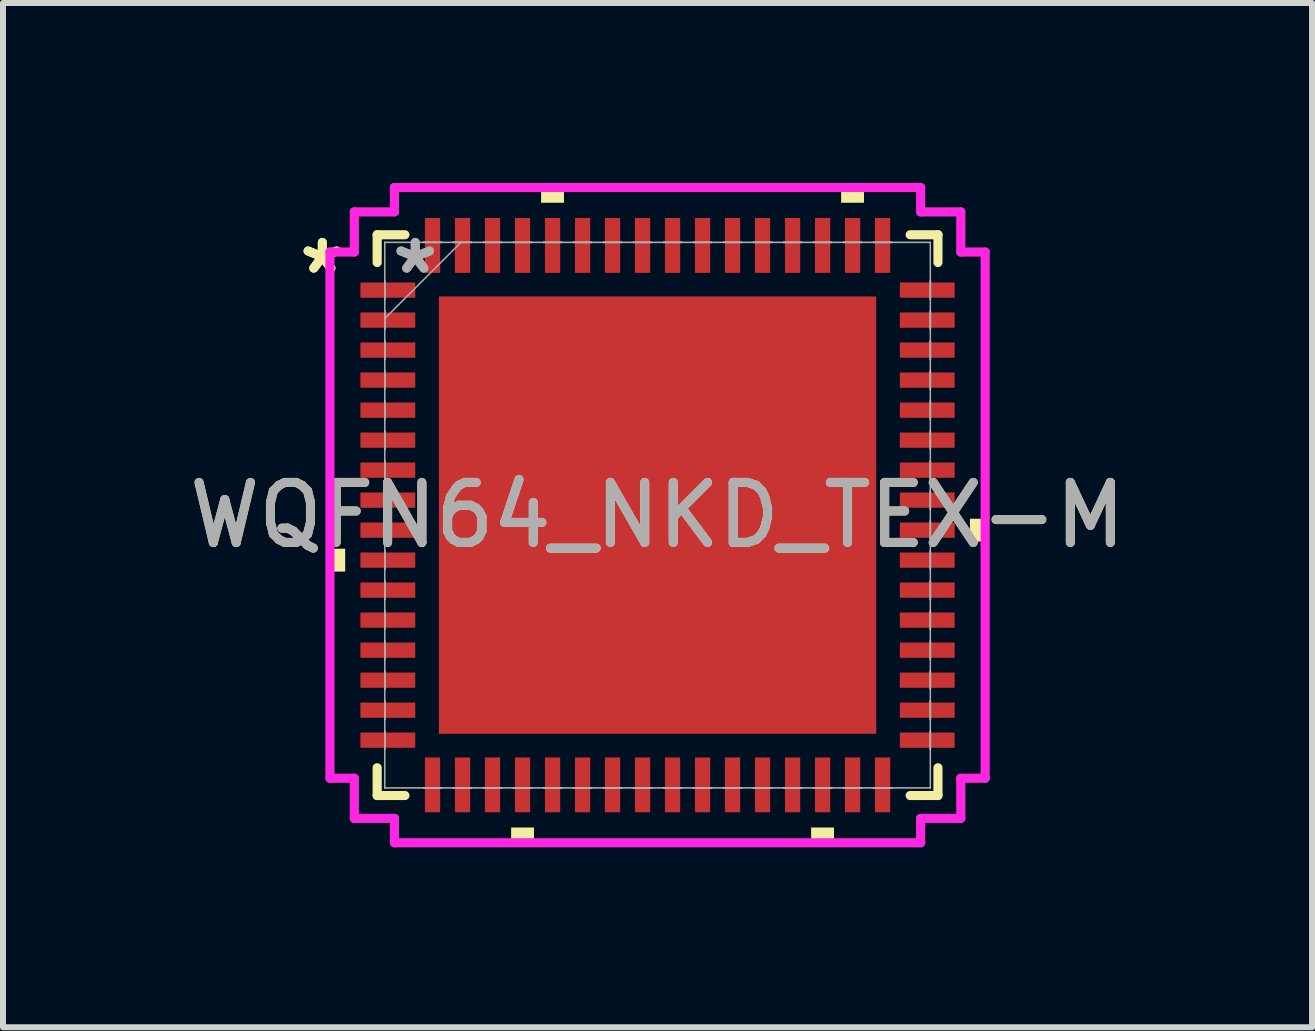
<source format=kicad_pcb>
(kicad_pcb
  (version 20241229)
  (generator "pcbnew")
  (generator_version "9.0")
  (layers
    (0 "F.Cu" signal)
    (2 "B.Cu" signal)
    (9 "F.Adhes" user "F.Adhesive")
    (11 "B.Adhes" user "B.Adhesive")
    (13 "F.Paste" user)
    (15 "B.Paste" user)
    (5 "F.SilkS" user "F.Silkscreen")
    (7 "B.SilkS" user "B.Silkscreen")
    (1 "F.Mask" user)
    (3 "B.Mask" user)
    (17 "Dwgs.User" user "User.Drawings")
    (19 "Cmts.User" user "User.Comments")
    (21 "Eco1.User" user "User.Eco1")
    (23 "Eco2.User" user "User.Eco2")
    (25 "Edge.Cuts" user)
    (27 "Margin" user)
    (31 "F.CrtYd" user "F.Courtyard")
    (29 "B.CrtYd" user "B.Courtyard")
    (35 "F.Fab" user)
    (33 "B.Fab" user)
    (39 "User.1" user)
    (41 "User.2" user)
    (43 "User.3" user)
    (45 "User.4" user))
  (footprint "WQFN64_NKD_TEX-M"
    (layer "F.Cu")
    (at 7.911 5.537)
    (property "Reference" "WQFN64_NKD_TEX-M" (at 0 0 0) (unlocked yes) (layer "F.SilkS") (effects (font (size 1 1) (thickness 0.15))))
    (attr smd)
    (fp_line (start -4.674 -4.674) (end -4.674 -4.211) (stroke (width 0.152) (type solid)) (layer "F.SilkS"))
    (fp_line (start -4.674 4.211) (end -4.674 4.674) (stroke (width 0.152) (type solid)) (layer "F.SilkS"))
    (fp_line (start -4.674 4.674) (end -4.211 4.674) (stroke (width 0.152) (type solid)) (layer "F.SilkS"))
    (fp_line (start -4.211 -4.674) (end -4.674 -4.674) (stroke (width 0.152) (type solid)) (layer "F.SilkS"))
    (fp_line (start 4.211 4.674) (end 4.674 4.674) (stroke (width 0.152) (type solid)) (layer "F.SilkS"))
    (fp_line (start 4.674 -4.674) (end 4.211 -4.674) (stroke (width 0.152) (type solid)) (layer "F.SilkS"))
    (fp_line (start 4.674 -4.211) (end 4.674 -4.674) (stroke (width 0.152) (type solid)) (layer "F.SilkS"))
    (fp_line (start 4.674 4.674) (end 4.674 4.211) (stroke (width 0.152) (type solid)) (layer "F.SilkS"))
    (fp_poly (pts (xy -5.461 0.56) (xy -5.461 0.941) (xy -5.207 0.941) (xy -5.207 0.56)) (stroke (width 0) (type solid)) (fill yes) (layer "F.SilkS"))
    (fp_poly (pts (xy -2.441 5.207) (xy -2.441 5.461) (xy -2.06 5.461) (xy -2.06 5.207)) (stroke (width 0) (type solid)) (fill yes) (layer "F.SilkS"))
    (fp_poly (pts (xy -1.941 -5.207) (xy -1.941 -5.461) (xy -1.56 -5.461) (xy -1.56 -5.207)) (stroke (width 0) (type solid)) (fill yes) (layer "F.SilkS"))
    (fp_poly (pts (xy 2.56 5.207) (xy 2.56 5.461) (xy 2.941 5.461) (xy 2.941 5.207)) (stroke (width 0) (type solid)) (fill yes) (layer "F.SilkS"))
    (fp_poly (pts (xy 3.06 -5.207) (xy 3.06 -5.461) (xy 3.441 -5.461) (xy 3.441 -5.207)) (stroke (width 0) (type solid)) (fill yes) (layer "F.SilkS"))
    (fp_poly (pts (xy 5.461 0.06) (xy 5.461 0.441) (xy 5.207 0.441) (xy 5.207 0.06)) (stroke (width 0) (type solid)) (fill yes) (layer "F.SilkS"))
    (fp_poly (pts (xy -3.545 -3.545) (xy -3.545 -2.287) (xy -2.287 -2.287) (xy -2.287 -3.545)) (stroke (width 0) (type solid)) (fill yes) (layer "F.Paste"))
    (fp_poly (pts (xy -3.545 -2.087) (xy -3.545 -0.829) (xy -2.287 -0.829) (xy -2.287 -2.087)) (stroke (width 0) (type solid)) (fill yes) (layer "F.Paste"))
    (fp_poly (pts (xy -3.545 -0.629) (xy -3.545 0.629) (xy -2.287 0.629) (xy -2.287 -0.629)) (stroke (width 0) (type solid)) (fill yes) (layer "F.Paste"))
    (fp_poly (pts (xy -3.545 0.829) (xy -3.545 2.087) (xy -2.287 2.087) (xy -2.287 0.829)) (stroke (width 0) (type solid)) (fill yes) (layer "F.Paste"))
    (fp_poly (pts (xy -3.545 2.287) (xy -3.545 3.545) (xy -2.287 3.545) (xy -2.287 2.287)) (stroke (width 0) (type solid)) (fill yes) (layer "F.Paste"))
    (fp_poly (pts (xy -2.087 -3.545) (xy -2.087 -2.287) (xy -0.829 -2.287) (xy -0.829 -3.545)) (stroke (width 0) (type solid)) (fill yes) (layer "F.Paste"))
    (fp_poly (pts (xy -2.087 -2.087) (xy -2.087 -0.829) (xy -0.829 -0.829) (xy -0.829 -2.087)) (stroke (width 0) (type solid)) (fill yes) (layer "F.Paste"))
    (fp_poly (pts (xy -2.087 -0.629) (xy -2.087 0.629) (xy -0.829 0.629) (xy -0.829 -0.629)) (stroke (width 0) (type solid)) (fill yes) (layer "F.Paste"))
    (fp_poly (pts (xy -2.087 0.829) (xy -2.087 2.087) (xy -0.829 2.087) (xy -0.829 0.829)) (stroke (width 0) (type solid)) (fill yes) (layer "F.Paste"))
    (fp_poly (pts (xy -2.087 2.287) (xy -2.087 3.545) (xy -0.829 3.545) (xy -0.829 2.287)) (stroke (width 0) (type solid)) (fill yes) (layer "F.Paste"))
    (fp_poly (pts (xy -0.629 -3.545) (xy -0.629 -2.287) (xy 0.629 -2.287) (xy 0.629 -3.545)) (stroke (width 0) (type solid)) (fill yes) (layer "F.Paste"))
    (fp_poly (pts (xy -0.629 -2.087) (xy -0.629 -0.829) (xy 0.629 -0.829) (xy 0.629 -2.087)) (stroke (width 0) (type solid)) (fill yes) (layer "F.Paste"))
    (fp_poly (pts (xy -0.629 -0.629) (xy -0.629 0.629) (xy 0.629 0.629) (xy 0.629 -0.629)) (stroke (width 0) (type solid)) (fill yes) (layer "F.Paste"))
    (fp_poly (pts (xy -0.629 0.829) (xy -0.629 2.087) (xy 0.629 2.087) (xy 0.629 0.829)) (stroke (width 0) (type solid)) (fill yes) (layer "F.Paste"))
    (fp_poly (pts (xy -0.629 2.287) (xy -0.629 3.545) (xy 0.629 3.545) (xy 0.629 2.287)) (stroke (width 0) (type solid)) (fill yes) (layer "F.Paste"))
    (fp_poly (pts (xy 0.829 -3.545) (xy 0.829 -2.287) (xy 2.087 -2.287) (xy 2.087 -3.545)) (stroke (width 0) (type solid)) (fill yes) (layer "F.Paste"))
    (fp_poly (pts (xy 0.829 -2.087) (xy 0.829 -0.829) (xy 2.087 -0.829) (xy 2.087 -2.087)) (stroke (width 0) (type solid)) (fill yes) (layer "F.Paste"))
    (fp_poly (pts (xy 0.829 -0.629) (xy 0.829 0.629) (xy 2.087 0.629) (xy 2.087 -0.629)) (stroke (width 0) (type solid)) (fill yes) (layer "F.Paste"))
    (fp_poly (pts (xy 0.829 0.829) (xy 0.829 2.087) (xy 2.087 2.087) (xy 2.087 0.829)) (stroke (width 0) (type solid)) (fill yes) (layer "F.Paste"))
    (fp_poly (pts (xy 0.829 2.287) (xy 0.829 3.545) (xy 2.087 3.545) (xy 2.087 2.287)) (stroke (width 0) (type solid)) (fill yes) (layer "F.Paste"))
    (fp_poly (pts (xy 2.287 -3.545) (xy 2.287 -2.287) (xy 3.545 -2.287) (xy 3.545 -3.545)) (stroke (width 0) (type solid)) (fill yes) (layer "F.Paste"))
    (fp_poly (pts (xy 2.287 -2.087) (xy 2.287 -0.829) (xy 3.545 -0.829) (xy 3.545 -2.087)) (stroke (width 0) (type solid)) (fill yes) (layer "F.Paste"))
    (fp_poly (pts (xy 2.287 -0.629) (xy 2.287 0.629) (xy 3.545 0.629) (xy 3.545 -0.629)) (stroke (width 0) (type solid)) (fill yes) (layer "F.Paste"))
    (fp_poly (pts (xy 2.287 0.829) (xy 2.287 2.087) (xy 3.545 2.087) (xy 3.545 0.829)) (stroke (width 0) (type solid)) (fill yes) (layer "F.Paste"))
    (fp_poly (pts (xy 2.287 2.287) (xy 2.287 3.545) (xy 3.545 3.545) (xy 3.545 2.287)) (stroke (width 0) (type solid)) (fill yes) (layer "F.Paste"))
    (fp_line (start -5.461 -4.386) (end -5.055 -4.386) (stroke (width 0.152) (type solid)) (layer "F.CrtYd"))
    (fp_line (start -5.461 4.386) (end -5.461 -4.386) (stroke (width 0.152) (type solid)) (layer "F.CrtYd"))
    (fp_line (start -5.055 -5.055) (end -4.386 -5.055) (stroke (width 0.152) (type solid)) (layer "F.CrtYd"))
    (fp_line (start -5.055 -4.386) (end -5.055 -5.055) (stroke (width 0.152) (type solid)) (layer "F.CrtYd"))
    (fp_line (start -5.055 4.386) (end -5.461 4.386) (stroke (width 0.152) (type solid)) (layer "F.CrtYd"))
    (fp_line (start -5.055 5.055) (end -5.055 4.386) (stroke (width 0.152) (type solid)) (layer "F.CrtYd"))
    (fp_line (start -4.386 -5.461) (end 4.386 -5.461) (stroke (width 0.152) (type solid)) (layer "F.CrtYd"))
    (fp_line (start -4.386 -5.055) (end -4.386 -5.461) (stroke (width 0.152) (type solid)) (layer "F.CrtYd"))
    (fp_line (start -4.386 5.055) (end -5.055 5.055) (stroke (width 0.152) (type solid)) (layer "F.CrtYd"))
    (fp_line (start -4.386 5.461) (end -4.386 5.055) (stroke (width 0.152) (type solid)) (layer "F.CrtYd"))
    (fp_line (start 4.386 -5.461) (end 4.386 -5.055) (stroke (width 0.152) (type solid)) (layer "F.CrtYd"))
    (fp_line (start 4.386 -5.055) (end 5.055 -5.055) (stroke (width 0.152) (type solid)) (layer "F.CrtYd"))
    (fp_line (start 4.386 5.055) (end 4.386 5.461) (stroke (width 0.152) (type solid)) (layer "F.CrtYd"))
    (fp_line (start 4.386 5.461) (end -4.386 5.461) (stroke (width 0.152) (type solid)) (layer "F.CrtYd"))
    (fp_line (start 5.055 -5.055) (end 5.055 -4.386) (stroke (width 0.152) (type solid)) (layer "F.CrtYd"))
    (fp_line (start 5.055 -4.386) (end 5.461 -4.386) (stroke (width 0.152) (type solid)) (layer "F.CrtYd"))
    (fp_line (start 5.055 4.386) (end 5.055 5.055) (stroke (width 0.152) (type solid)) (layer "F.CrtYd"))
    (fp_line (start 5.055 5.055) (end 4.386 5.055) (stroke (width 0.152) (type solid)) (layer "F.CrtYd"))
    (fp_line (start 5.461 -4.386) (end 5.461 4.386) (stroke (width 0.152) (type solid)) (layer "F.CrtYd"))
    (fp_line (start 5.461 4.386) (end 5.055 4.386) (stroke (width 0.152) (type solid)) (layer "F.CrtYd"))
    (fp_line (start -4.547 -4.547) (end -4.547 -4.547) (stroke (width 0.025) (type solid)) (layer "F.Fab"))
    (fp_line (start -4.547 -4.547) (end -4.547 4.547) (stroke (width 0.025) (type solid)) (layer "F.Fab"))
    (fp_line (start -4.547 -3.903) (end -4.547 -3.903) (stroke (width 0.025) (type solid)) (layer "F.Fab"))
    (fp_line (start -4.547 -3.903) (end -4.547 -3.599) (stroke (width 0.025) (type solid)) (layer "F.Fab"))
    (fp_line (start -4.547 -3.599) (end -4.547 -3.903) (stroke (width 0.025) (type solid)) (layer "F.Fab"))
    (fp_line (start -4.547 -3.599) (end -4.547 -3.599) (stroke (width 0.025) (type solid)) (layer "F.Fab"))
    (fp_line (start -4.547 -3.403) (end -4.547 -3.403) (stroke (width 0.025) (type solid)) (layer "F.Fab"))
    (fp_line (start -4.547 -3.403) (end -4.547 -3.098) (stroke (width 0.025) (type solid)) (layer "F.Fab"))
    (fp_line (start -4.547 -3.277) (end -3.277 -4.547) (stroke (width 0.025) (type solid)) (layer "F.Fab"))
    (fp_line (start -4.547 -3.098) (end -4.547 -3.403) (stroke (width 0.025) (type solid)) (layer "F.Fab"))
    (fp_line (start -4.547 -3.098) (end -4.547 -3.098) (stroke (width 0.025) (type solid)) (layer "F.Fab"))
    (fp_line (start -4.547 -2.903) (end -4.547 -2.903) (stroke (width 0.025) (type solid)) (layer "F.Fab"))
    (fp_line (start -4.547 -2.903) (end -4.547 -2.598) (stroke (width 0.025) (type solid)) (layer "F.Fab"))
    (fp_line (start -4.547 -2.598) (end -4.547 -2.903) (stroke (width 0.025) (type solid)) (layer "F.Fab"))
    (fp_line (start -4.547 -2.598) (end -4.547 -2.598) (stroke (width 0.025) (type solid)) (layer "F.Fab"))
    (fp_line (start -4.547 -2.403) (end -4.547 -2.403) (stroke (width 0.025) (type solid)) (layer "F.Fab"))
    (fp_line (start -4.547 -2.403) (end -4.547 -2.098) (stroke (width 0.025) (type solid)) (layer "F.Fab"))
    (fp_line (start -4.547 -2.098) (end -4.547 -2.403) (stroke (width 0.025) (type solid)) (layer "F.Fab"))
    (fp_line (start -4.547 -2.098) (end -4.547 -2.098) (stroke (width 0.025) (type solid)) (layer "F.Fab"))
    (fp_line (start -4.547 -1.903) (end -4.547 -1.903) (stroke (width 0.025) (type solid)) (layer "F.Fab"))
    (fp_line (start -4.547 -1.903) (end -4.547 -1.598) (stroke (width 0.025) (type solid)) (layer "F.Fab"))
    (fp_line (start -4.547 -1.598) (end -4.547 -1.903) (stroke (width 0.025) (type solid)) (layer "F.Fab"))
    (fp_line (start -4.547 -1.598) (end -4.547 -1.598) (stroke (width 0.025) (type solid)) (layer "F.Fab"))
    (fp_line (start -4.547 -1.403) (end -4.547 -1.403) (stroke (width 0.025) (type solid)) (layer "F.Fab"))
    (fp_line (start -4.547 -1.403) (end -4.547 -1.098) (stroke (width 0.025) (type solid)) (layer "F.Fab"))
    (fp_line (start -4.547 -1.098) (end -4.547 -1.403) (stroke (width 0.025) (type solid)) (layer "F.Fab"))
    (fp_line (start -4.547 -1.098) (end -4.547 -1.098) (stroke (width 0.025) (type solid)) (layer "F.Fab"))
    (fp_line (start -4.547 -0.903) (end -4.547 -0.903) (stroke (width 0.025) (type solid)) (layer "F.Fab"))
    (fp_line (start -4.547 -0.903) (end -4.547 -0.598) (stroke (width 0.025) (type solid)) (layer "F.Fab"))
    (fp_line (start -4.547 -0.598) (end -4.547 -0.903) (stroke (width 0.025) (type solid)) (layer "F.Fab"))
    (fp_line (start -4.547 -0.598) (end -4.547 -0.598) (stroke (width 0.025) (type solid)) (layer "F.Fab"))
    (fp_line (start -4.547 -0.402) (end -4.547 -0.402) (stroke (width 0.025) (type solid)) (layer "F.Fab"))
    (fp_line (start -4.547 -0.402) (end -4.547 -0.098) (stroke (width 0.025) (type solid)) (layer "F.Fab"))
    (fp_line (start -4.547 -0.098) (end -4.547 -0.402) (stroke (width 0.025) (type solid)) (layer "F.Fab"))
    (fp_line (start -4.547 -0.098) (end -4.547 -0.098) (stroke (width 0.025) (type solid)) (layer "F.Fab"))
    (fp_line (start -4.547 0.098) (end -4.547 0.098) (stroke (width 0.025) (type solid)) (layer "F.Fab"))
    (fp_line (start -4.547 0.098) (end -4.547 0.402) (stroke (width 0.025) (type solid)) (layer "F.Fab"))
    (fp_line (start -4.547 0.402) (end -4.547 0.098) (stroke (width 0.025) (type solid)) (layer "F.Fab"))
    (fp_line (start -4.547 0.402) (end -4.547 0.402) (stroke (width 0.025) (type solid)) (layer "F.Fab"))
    (fp_line (start -4.547 0.598) (end -4.547 0.598) (stroke (width 0.025) (type solid)) (layer "F.Fab"))
    (fp_line (start -4.547 0.598) (end -4.547 0.903) (stroke (width 0.025) (type solid)) (layer "F.Fab"))
    (fp_line (start -4.547 0.903) (end -4.547 0.598) (stroke (width 0.025) (type solid)) (layer "F.Fab"))
    (fp_line (start -4.547 0.903) (end -4.547 0.903) (stroke (width 0.025) (type solid)) (layer "F.Fab"))
    (fp_line (start -4.547 1.098) (end -4.547 1.098) (stroke (width 0.025) (type solid)) (layer "F.Fab"))
    (fp_line (start -4.547 1.098) (end -4.547 1.403) (stroke (width 0.025) (type solid)) (layer "F.Fab"))
    (fp_line (start -4.547 1.403) (end -4.547 1.098) (stroke (width 0.025) (type solid)) (layer "F.Fab"))
    (fp_line (start -4.547 1.403) (end -4.547 1.403) (stroke (width 0.025) (type solid)) (layer "F.Fab"))
    (fp_line (start -4.547 1.598) (end -4.547 1.598) (stroke (width 0.025) (type solid)) (layer "F.Fab"))
    (fp_line (start -4.547 1.598) (end -4.547 1.903) (stroke (width 0.025) (type solid)) (layer "F.Fab"))
    (fp_line (start -4.547 1.903) (end -4.547 1.598) (stroke (width 0.025) (type solid)) (layer "F.Fab"))
    (fp_line (start -4.547 1.903) (end -4.547 1.903) (stroke (width 0.025) (type solid)) (layer "F.Fab"))
    (fp_line (start -4.547 2.098) (end -4.547 2.098) (stroke (width 0.025) (type solid)) (layer "F.Fab"))
    (fp_line (start -4.547 2.098) (end -4.547 2.403) (stroke (width 0.025) (type solid)) (layer "F.Fab"))
    (fp_line (start -4.547 2.403) (end -4.547 2.098) (stroke (width 0.025) (type solid)) (layer "F.Fab"))
    (fp_line (start -4.547 2.403) (end -4.547 2.403) (stroke (width 0.025) (type solid)) (layer "F.Fab"))
    (fp_line (start -4.547 2.598) (end -4.547 2.598) (stroke (width 0.025) (type solid)) (layer "F.Fab"))
    (fp_line (start -4.547 2.598) (end -4.547 2.903) (stroke (width 0.025) (type solid)) (layer "F.Fab"))
    (fp_line (start -4.547 2.903) (end -4.547 2.598) (stroke (width 0.025) (type solid)) (layer "F.Fab"))
    (fp_line (start -4.547 2.903) (end -4.547 2.903) (stroke (width 0.025) (type solid)) (layer "F.Fab"))
    (fp_line (start -4.547 3.098) (end -4.547 3.098) (stroke (width 0.025) (type solid)) (layer "F.Fab"))
    (fp_line (start -4.547 3.098) (end -4.547 3.403) (stroke (width 0.025) (type solid)) (layer "F.Fab"))
    (fp_line (start -4.547 3.403) (end -4.547 3.098) (stroke (width 0.025) (type solid)) (layer "F.Fab"))
    (fp_line (start -4.547 3.403) (end -4.547 3.403) (stroke (width 0.025) (type solid)) (layer "F.Fab"))
    (fp_line (start -4.547 3.599) (end -4.547 3.599) (stroke (width 0.025) (type solid)) (layer "F.Fab"))
    (fp_line (start -4.547 3.599) (end -4.547 3.903) (stroke (width 0.025) (type solid)) (layer "F.Fab"))
    (fp_line (start -4.547 3.903) (end -4.547 3.599) (stroke (width 0.025) (type solid)) (layer "F.Fab"))
    (fp_line (start -4.547 3.903) (end -4.547 3.903) (stroke (width 0.025) (type solid)) (layer "F.Fab"))
    (fp_line (start -4.547 4.547) (end -4.547 4.547) (stroke (width 0.025) (type solid)) (layer "F.Fab"))
    (fp_line (start -4.547 4.547) (end 4.547 4.547) (stroke (width 0.025) (type solid)) (layer "F.Fab"))
    (fp_line (start -3.903 -4.547) (end -3.903 -4.547) (stroke (width 0.025) (type solid)) (layer "F.Fab"))
    (fp_line (start -3.903 -4.547) (end -3.599 -4.547) (stroke (width 0.025) (type solid)) (layer "F.Fab"))
    (fp_line (start -3.903 4.547) (end -3.903 4.547) (stroke (width 0.025) (type solid)) (layer "F.Fab"))
    (fp_line (start -3.903 4.547) (end -3.599 4.547) (stroke (width 0.025) (type solid)) (layer "F.Fab"))
    (fp_line (start -3.599 -4.547) (end -3.903 -4.547) (stroke (width 0.025) (type solid)) (layer "F.Fab"))
    (fp_line (start -3.599 -4.547) (end -3.599 -4.547) (stroke (width 0.025) (type solid)) (layer "F.Fab"))
    (fp_line (start -3.599 4.547) (end -3.903 4.547) (stroke (width 0.025) (type solid)) (layer "F.Fab"))
    (fp_line (start -3.599 4.547) (end -3.599 4.547) (stroke (width 0.025) (type solid)) (layer "F.Fab"))
    (fp_line (start -3.403 -4.547) (end -3.403 -4.547) (stroke (width 0.025) (type solid)) (layer "F.Fab"))
    (fp_line (start -3.403 -4.547) (end -3.098 -4.547) (stroke (width 0.025) (type solid)) (layer "F.Fab"))
    (fp_line (start -3.403 4.547) (end -3.403 4.547) (stroke (width 0.025) (type solid)) (layer "F.Fab"))
    (fp_line (start -3.403 4.547) (end -3.098 4.547) (stroke (width 0.025) (type solid)) (layer "F.Fab"))
    (fp_line (start -3.098 -4.547) (end -3.403 -4.547) (stroke (width 0.025) (type solid)) (layer "F.Fab"))
    (fp_line (start -3.098 -4.547) (end -3.098 -4.547) (stroke (width 0.025) (type solid)) (layer "F.Fab"))
    (fp_line (start -3.098 4.547) (end -3.403 4.547) (stroke (width 0.025) (type solid)) (layer "F.Fab"))
    (fp_line (start -3.098 4.547) (end -3.098 4.547) (stroke (width 0.025) (type solid)) (layer "F.Fab"))
    (fp_line (start -2.903 -4.547) (end -2.903 -4.547) (stroke (width 0.025) (type solid)) (layer "F.Fab"))
    (fp_line (start -2.903 -4.547) (end -2.598 -4.547) (stroke (width 0.025) (type solid)) (layer "F.Fab"))
    (fp_line (start -2.903 4.547) (end -2.903 4.547) (stroke (width 0.025) (type solid)) (layer "F.Fab"))
    (fp_line (start -2.903 4.547) (end -2.598 4.547) (stroke (width 0.025) (type solid)) (layer "F.Fab"))
    (fp_line (start -2.598 -4.547) (end -2.903 -4.547) (stroke (width 0.025) (type solid)) (layer "F.Fab"))
    (fp_line (start -2.598 -4.547) (end -2.598 -4.547) (stroke (width 0.025) (type solid)) (layer "F.Fab"))
    (fp_line (start -2.598 4.547) (end -2.903 4.547) (stroke (width 0.025) (type solid)) (layer "F.Fab"))
    (fp_line (start -2.598 4.547) (end -2.598 4.547) (stroke (width 0.025) (type solid)) (layer "F.Fab"))
    (fp_line (start -2.403 -4.547) (end -2.403 -4.547) (stroke (width 0.025) (type solid)) (layer "F.Fab"))
    (fp_line (start -2.403 -4.547) (end -2.098 -4.547) (stroke (width 0.025) (type solid)) (layer "F.Fab"))
    (fp_line (start -2.403 4.547) (end -2.403 4.547) (stroke (width 0.025) (type solid)) (layer "F.Fab"))
    (fp_line (start -2.403 4.547) (end -2.098 4.547) (stroke (width 0.025) (type solid)) (layer "F.Fab"))
    (fp_line (start -2.098 -4.547) (end -2.403 -4.547) (stroke (width 0.025) (type solid)) (layer "F.Fab"))
    (fp_line (start -2.098 -4.547) (end -2.098 -4.547) (stroke (width 0.025) (type solid)) (layer "F.Fab"))
    (fp_line (start -2.098 4.547) (end -2.403 4.547) (stroke (width 0.025) (type solid)) (layer "F.Fab"))
    (fp_line (start -2.098 4.547) (end -2.098 4.547) (stroke (width 0.025) (type solid)) (layer "F.Fab"))
    (fp_line (start -1.903 -4.547) (end -1.903 -4.547) (stroke (width 0.025) (type solid)) (layer "F.Fab"))
    (fp_line (start -1.903 -4.547) (end -1.598 -4.547) (stroke (width 0.025) (type solid)) (layer "F.Fab"))
    (fp_line (start -1.903 4.547) (end -1.903 4.547) (stroke (width 0.025) (type solid)) (layer "F.Fab"))
    (fp_line (start -1.903 4.547) (end -1.598 4.547) (stroke (width 0.025) (type solid)) (layer "F.Fab"))
    (fp_line (start -1.598 -4.547) (end -1.903 -4.547) (stroke (width 0.025) (type solid)) (layer "F.Fab"))
    (fp_line (start -1.598 -4.547) (end -1.598 -4.547) (stroke (width 0.025) (type solid)) (layer "F.Fab"))
    (fp_line (start -1.598 4.547) (end -1.903 4.547) (stroke (width 0.025) (type solid)) (layer "F.Fab"))
    (fp_line (start -1.598 4.547) (end -1.598 4.547) (stroke (width 0.025) (type solid)) (layer "F.Fab"))
    (fp_line (start -1.403 -4.547) (end -1.403 -4.547) (stroke (width 0.025) (type solid)) (layer "F.Fab"))
    (fp_line (start -1.403 -4.547) (end -1.098 -4.547) (stroke (width 0.025) (type solid)) (layer "F.Fab"))
    (fp_line (start -1.403 4.547) (end -1.403 4.547) (stroke (width 0.025) (type solid)) (layer "F.Fab"))
    (fp_line (start -1.403 4.547) (end -1.098 4.547) (stroke (width 0.025) (type solid)) (layer "F.Fab"))
    (fp_line (start -1.098 -4.547) (end -1.403 -4.547) (stroke (width 0.025) (type solid)) (layer "F.Fab"))
    (fp_line (start -1.098 -4.547) (end -1.098 -4.547) (stroke (width 0.025) (type solid)) (layer "F.Fab"))
    (fp_line (start -1.098 4.547) (end -1.403 4.547) (stroke (width 0.025) (type solid)) (layer "F.Fab"))
    (fp_line (start -1.098 4.547) (end -1.098 4.547) (stroke (width 0.025) (type solid)) (layer "F.Fab"))
    (fp_line (start -0.903 -4.547) (end -0.903 -4.547) (stroke (width 0.025) (type solid)) (layer "F.Fab"))
    (fp_line (start -0.903 -4.547) (end -0.598 -4.547) (stroke (width 0.025) (type solid)) (layer "F.Fab"))
    (fp_line (start -0.903 4.547) (end -0.903 4.547) (stroke (width 0.025) (type solid)) (layer "F.Fab"))
    (fp_line (start -0.903 4.547) (end -0.598 4.547) (stroke (width 0.025) (type solid)) (layer "F.Fab"))
    (fp_line (start -0.598 -4.547) (end -0.903 -4.547) (stroke (width 0.025) (type solid)) (layer "F.Fab"))
    (fp_line (start -0.598 -4.547) (end -0.598 -4.547) (stroke (width 0.025) (type solid)) (layer "F.Fab"))
    (fp_line (start -0.598 4.547) (end -0.903 4.547) (stroke (width 0.025) (type solid)) (layer "F.Fab"))
    (fp_line (start -0.598 4.547) (end -0.598 4.547) (stroke (width 0.025) (type solid)) (layer "F.Fab"))
    (fp_line (start -0.402 -4.547) (end -0.402 -4.547) (stroke (width 0.025) (type solid)) (layer "F.Fab"))
    (fp_line (start -0.402 -4.547) (end -0.098 -4.547) (stroke (width 0.025) (type solid)) (layer "F.Fab"))
    (fp_line (start -0.402 4.547) (end -0.402 4.547) (stroke (width 0.025) (type solid)) (layer "F.Fab"))
    (fp_line (start -0.402 4.547) (end -0.098 4.547) (stroke (width 0.025) (type solid)) (layer "F.Fab"))
    (fp_line (start -0.098 -4.547) (end -0.402 -4.547) (stroke (width 0.025) (type solid)) (layer "F.Fab"))
    (fp_line (start -0.098 -4.547) (end -0.098 -4.547) (stroke (width 0.025) (type solid)) (layer "F.Fab"))
    (fp_line (start -0.098 4.547) (end -0.402 4.547) (stroke (width 0.025) (type solid)) (layer "F.Fab"))
    (fp_line (start -0.098 4.547) (end -0.098 4.547) (stroke (width 0.025) (type solid)) (layer "F.Fab"))
    (fp_line (start 0.098 -4.547) (end 0.098 -4.547) (stroke (width 0.025) (type solid)) (layer "F.Fab"))
    (fp_line (start 0.098 -4.547) (end 0.402 -4.547) (stroke (width 0.025) (type solid)) (layer "F.Fab"))
    (fp_line (start 0.098 4.547) (end 0.098 4.547) (stroke (width 0.025) (type solid)) (layer "F.Fab"))
    (fp_line (start 0.098 4.547) (end 0.402 4.547) (stroke (width 0.025) (type solid)) (layer "F.Fab"))
    (fp_line (start 0.402 -4.547) (end 0.098 -4.547) (stroke (width 0.025) (type solid)) (layer "F.Fab"))
    (fp_line (start 0.402 -4.547) (end 0.402 -4.547) (stroke (width 0.025) (type solid)) (layer "F.Fab"))
    (fp_line (start 0.402 4.547) (end 0.098 4.547) (stroke (width 0.025) (type solid)) (layer "F.Fab"))
    (fp_line (start 0.402 4.547) (end 0.402 4.547) (stroke (width 0.025) (type solid)) (layer "F.Fab"))
    (fp_line (start 0.598 -4.547) (end 0.598 -4.547) (stroke (width 0.025) (type solid)) (layer "F.Fab"))
    (fp_line (start 0.598 -4.547) (end 0.903 -4.547) (stroke (width 0.025) (type solid)) (layer "F.Fab"))
    (fp_line (start 0.598 4.547) (end 0.598 4.547) (stroke (width 0.025) (type solid)) (layer "F.Fab"))
    (fp_line (start 0.598 4.547) (end 0.903 4.547) (stroke (width 0.025) (type solid)) (layer "F.Fab"))
    (fp_line (start 0.903 -4.547) (end 0.598 -4.547) (stroke (width 0.025) (type solid)) (layer "F.Fab"))
    (fp_line (start 0.903 -4.547) (end 0.903 -4.547) (stroke (width 0.025) (type solid)) (layer "F.Fab"))
    (fp_line (start 0.903 4.547) (end 0.598 4.547) (stroke (width 0.025) (type solid)) (layer "F.Fab"))
    (fp_line (start 0.903 4.547) (end 0.903 4.547) (stroke (width 0.025) (type solid)) (layer "F.Fab"))
    (fp_line (start 1.098 -4.547) (end 1.098 -4.547) (stroke (width 0.025) (type solid)) (layer "F.Fab"))
    (fp_line (start 1.098 -4.547) (end 1.403 -4.547) (stroke (width 0.025) (type solid)) (layer "F.Fab"))
    (fp_line (start 1.098 4.547) (end 1.098 4.547) (stroke (width 0.025) (type solid)) (layer "F.Fab"))
    (fp_line (start 1.098 4.547) (end 1.403 4.547) (stroke (width 0.025) (type solid)) (layer "F.Fab"))
    (fp_line (start 1.403 -4.547) (end 1.098 -4.547) (stroke (width 0.025) (type solid)) (layer "F.Fab"))
    (fp_line (start 1.403 -4.547) (end 1.403 -4.547) (stroke (width 0.025) (type solid)) (layer "F.Fab"))
    (fp_line (start 1.403 4.547) (end 1.098 4.547) (stroke (width 0.025) (type solid)) (layer "F.Fab"))
    (fp_line (start 1.403 4.547) (end 1.403 4.547) (stroke (width 0.025) (type solid)) (layer "F.Fab"))
    (fp_line (start 1.598 -4.547) (end 1.598 -4.547) (stroke (width 0.025) (type solid)) (layer "F.Fab"))
    (fp_line (start 1.598 -4.547) (end 1.903 -4.547) (stroke (width 0.025) (type solid)) (layer "F.Fab"))
    (fp_line (start 1.598 4.547) (end 1.598 4.547) (stroke (width 0.025) (type solid)) (layer "F.Fab"))
    (fp_line (start 1.598 4.547) (end 1.903 4.547) (stroke (width 0.025) (type solid)) (layer "F.Fab"))
    (fp_line (start 1.903 -4.547) (end 1.598 -4.547) (stroke (width 0.025) (type solid)) (layer "F.Fab"))
    (fp_line (start 1.903 -4.547) (end 1.903 -4.547) (stroke (width 0.025) (type solid)) (layer "F.Fab"))
    (fp_line (start 1.903 4.547) (end 1.598 4.547) (stroke (width 0.025) (type solid)) (layer "F.Fab"))
    (fp_line (start 1.903 4.547) (end 1.903 4.547) (stroke (width 0.025) (type solid)) (layer "F.Fab"))
    (fp_line (start 2.098 -4.547) (end 2.098 -4.547) (stroke (width 0.025) (type solid)) (layer "F.Fab"))
    (fp_line (start 2.098 -4.547) (end 2.403 -4.547) (stroke (width 0.025) (type solid)) (layer "F.Fab"))
    (fp_line (start 2.098 4.547) (end 2.098 4.547) (stroke (width 0.025) (type solid)) (layer "F.Fab"))
    (fp_line (start 2.098 4.547) (end 2.403 4.547) (stroke (width 0.025) (type solid)) (layer "F.Fab"))
    (fp_line (start 2.403 -4.547) (end 2.098 -4.547) (stroke (width 0.025) (type solid)) (layer "F.Fab"))
    (fp_line (start 2.403 -4.547) (end 2.403 -4.547) (stroke (width 0.025) (type solid)) (layer "F.Fab"))
    (fp_line (start 2.403 4.547) (end 2.098 4.547) (stroke (width 0.025) (type solid)) (layer "F.Fab"))
    (fp_line (start 2.403 4.547) (end 2.403 4.547) (stroke (width 0.025) (type solid)) (layer "F.Fab"))
    (fp_line (start 2.598 -4.547) (end 2.598 -4.547) (stroke (width 0.025) (type solid)) (layer "F.Fab"))
    (fp_line (start 2.598 -4.547) (end 2.903 -4.547) (stroke (width 0.025) (type solid)) (layer "F.Fab"))
    (fp_line (start 2.598 4.547) (end 2.598 4.547) (stroke (width 0.025) (type solid)) (layer "F.Fab"))
    (fp_line (start 2.598 4.547) (end 2.903 4.547) (stroke (width 0.025) (type solid)) (layer "F.Fab"))
    (fp_line (start 2.903 -4.547) (end 2.598 -4.547) (stroke (width 0.025) (type solid)) (layer "F.Fab"))
    (fp_line (start 2.903 -4.547) (end 2.903 -4.547) (stroke (width 0.025) (type solid)) (layer "F.Fab"))
    (fp_line (start 2.903 4.547) (end 2.598 4.547) (stroke (width 0.025) (type solid)) (layer "F.Fab"))
    (fp_line (start 2.903 4.547) (end 2.903 4.547) (stroke (width 0.025) (type solid)) (layer "F.Fab"))
    (fp_line (start 3.098 -4.547) (end 3.098 -4.547) (stroke (width 0.025) (type solid)) (layer "F.Fab"))
    (fp_line (start 3.098 -4.547) (end 3.403 -4.547) (stroke (width 0.025) (type solid)) (layer "F.Fab"))
    (fp_line (start 3.098 4.547) (end 3.098 4.547) (stroke (width 0.025) (type solid)) (layer "F.Fab"))
    (fp_line (start 3.098 4.547) (end 3.403 4.547) (stroke (width 0.025) (type solid)) (layer "F.Fab"))
    (fp_line (start 3.403 -4.547) (end 3.098 -4.547) (stroke (width 0.025) (type solid)) (layer "F.Fab"))
    (fp_line (start 3.403 -4.547) (end 3.403 -4.547) (stroke (width 0.025) (type solid)) (layer "F.Fab"))
    (fp_line (start 3.403 4.547) (end 3.098 4.547) (stroke (width 0.025) (type solid)) (layer "F.Fab"))
    (fp_line (start 3.403 4.547) (end 3.403 4.547) (stroke (width 0.025) (type solid)) (layer "F.Fab"))
    (fp_line (start 3.599 -4.547) (end 3.599 -4.547) (stroke (width 0.025) (type solid)) (layer "F.Fab"))
    (fp_line (start 3.599 -4.547) (end 3.903 -4.547) (stroke (width 0.025) (type solid)) (layer "F.Fab"))
    (fp_line (start 3.599 4.547) (end 3.599 4.547) (stroke (width 0.025) (type solid)) (layer "F.Fab"))
    (fp_line (start 3.599 4.547) (end 3.903 4.547) (stroke (width 0.025) (type solid)) (layer "F.Fab"))
    (fp_line (start 3.903 -4.547) (end 3.599 -4.547) (stroke (width 0.025) (type solid)) (layer "F.Fab"))
    (fp_line (start 3.903 -4.547) (end 3.903 -4.547) (stroke (width 0.025) (type solid)) (layer "F.Fab"))
    (fp_line (start 3.903 4.547) (end 3.599 4.547) (stroke (width 0.025) (type solid)) (layer "F.Fab"))
    (fp_line (start 3.903 4.547) (end 3.903 4.547) (stroke (width 0.025) (type solid)) (layer "F.Fab"))
    (fp_line (start 4.547 -4.547) (end -4.547 -4.547) (stroke (width 0.025) (type solid)) (layer "F.Fab"))
    (fp_line (start 4.547 -4.547) (end 4.547 -4.547) (stroke (width 0.025) (type solid)) (layer "F.Fab"))
    (fp_line (start 4.547 -3.903) (end 4.547 -3.903) (stroke (width 0.025) (type solid)) (layer "F.Fab"))
    (fp_line (start 4.547 -3.903) (end 4.547 -3.599) (stroke (width 0.025) (type solid)) (layer "F.Fab"))
    (fp_line (start 4.547 -3.599) (end 4.547 -3.903) (stroke (width 0.025) (type solid)) (layer "F.Fab"))
    (fp_line (start 4.547 -3.599) (end 4.547 -3.599) (stroke (width 0.025) (type solid)) (layer "F.Fab"))
    (fp_line (start 4.547 -3.403) (end 4.547 -3.403) (stroke (width 0.025) (type solid)) (layer "F.Fab"))
    (fp_line (start 4.547 -3.403) (end 4.547 -3.098) (stroke (width 0.025) (type solid)) (layer "F.Fab"))
    (fp_line (start 4.547 -3.098) (end 4.547 -3.403) (stroke (width 0.025) (type solid)) (layer "F.Fab"))
    (fp_line (start 4.547 -3.098) (end 4.547 -3.098) (stroke (width 0.025) (type solid)) (layer "F.Fab"))
    (fp_line (start 4.547 -2.903) (end 4.547 -2.903) (stroke (width 0.025) (type solid)) (layer "F.Fab"))
    (fp_line (start 4.547 -2.903) (end 4.547 -2.598) (stroke (width 0.025) (type solid)) (layer "F.Fab"))
    (fp_line (start 4.547 -2.598) (end 4.547 -2.903) (stroke (width 0.025) (type solid)) (layer "F.Fab"))
    (fp_line (start 4.547 -2.598) (end 4.547 -2.598) (stroke (width 0.025) (type solid)) (layer "F.Fab"))
    (fp_line (start 4.547 -2.403) (end 4.547 -2.403) (stroke (width 0.025) (type solid)) (layer "F.Fab"))
    (fp_line (start 4.547 -2.403) (end 4.547 -2.098) (stroke (width 0.025) (type solid)) (layer "F.Fab"))
    (fp_line (start 4.547 -2.098) (end 4.547 -2.403) (stroke (width 0.025) (type solid)) (layer "F.Fab"))
    (fp_line (start 4.547 -2.098) (end 4.547 -2.098) (stroke (width 0.025) (type solid)) (layer "F.Fab"))
    (fp_line (start 4.547 -1.903) (end 4.547 -1.903) (stroke (width 0.025) (type solid)) (layer "F.Fab"))
    (fp_line (start 4.547 -1.903) (end 4.547 -1.598) (stroke (width 0.025) (type solid)) (layer "F.Fab"))
    (fp_line (start 4.547 -1.598) (end 4.547 -1.903) (stroke (width 0.025) (type solid)) (layer "F.Fab"))
    (fp_line (start 4.547 -1.598) (end 4.547 -1.598) (stroke (width 0.025) (type solid)) (layer "F.Fab"))
    (fp_line (start 4.547 -1.403) (end 4.547 -1.403) (stroke (width 0.025) (type solid)) (layer "F.Fab"))
    (fp_line (start 4.547 -1.403) (end 4.547 -1.098) (stroke (width 0.025) (type solid)) (layer "F.Fab"))
    (fp_line (start 4.547 -1.098) (end 4.547 -1.403) (stroke (width 0.025) (type solid)) (layer "F.Fab"))
    (fp_line (start 4.547 -1.098) (end 4.547 -1.098) (stroke (width 0.025) (type solid)) (layer "F.Fab"))
    (fp_line (start 4.547 -0.903) (end 4.547 -0.903) (stroke (width 0.025) (type solid)) (layer "F.Fab"))
    (fp_line (start 4.547 -0.903) (end 4.547 -0.598) (stroke (width 0.025) (type solid)) (layer "F.Fab"))
    (fp_line (start 4.547 -0.598) (end 4.547 -0.903) (stroke (width 0.025) (type solid)) (layer "F.Fab"))
    (fp_line (start 4.547 -0.598) (end 4.547 -0.598) (stroke (width 0.025) (type solid)) (layer "F.Fab"))
    (fp_line (start 4.547 -0.402) (end 4.547 -0.402) (stroke (width 0.025) (type solid)) (layer "F.Fab"))
    (fp_line (start 4.547 -0.402) (end 4.547 -0.098) (stroke (width 0.025) (type solid)) (layer "F.Fab"))
    (fp_line (start 4.547 -0.098) (end 4.547 -0.402) (stroke (width 0.025) (type solid)) (layer "F.Fab"))
    (fp_line (start 4.547 -0.098) (end 4.547 -0.098) (stroke (width 0.025) (type solid)) (layer "F.Fab"))
    (fp_line (start 4.547 0.098) (end 4.547 0.098) (stroke (width 0.025) (type solid)) (layer "F.Fab"))
    (fp_line (start 4.547 0.098) (end 4.547 0.402) (stroke (width 0.025) (type solid)) (layer "F.Fab"))
    (fp_line (start 4.547 0.402) (end 4.547 0.098) (stroke (width 0.025) (type solid)) (layer "F.Fab"))
    (fp_line (start 4.547 0.402) (end 4.547 0.402) (stroke (width 0.025) (type solid)) (layer "F.Fab"))
    (fp_line (start 4.547 0.598) (end 4.547 0.598) (stroke (width 0.025) (type solid)) (layer "F.Fab"))
    (fp_line (start 4.547 0.598) (end 4.547 0.903) (stroke (width 0.025) (type solid)) (layer "F.Fab"))
    (fp_line (start 4.547 0.903) (end 4.547 0.598) (stroke (width 0.025) (type solid)) (layer "F.Fab"))
    (fp_line (start 4.547 0.903) (end 4.547 0.903) (stroke (width 0.025) (type solid)) (layer "F.Fab"))
    (fp_line (start 4.547 1.098) (end 4.547 1.098) (stroke (width 0.025) (type solid)) (layer "F.Fab"))
    (fp_line (start 4.547 1.098) (end 4.547 1.403) (stroke (width 0.025) (type solid)) (layer "F.Fab"))
    (fp_line (start 4.547 1.403) (end 4.547 1.098) (stroke (width 0.025) (type solid)) (layer "F.Fab"))
    (fp_line (start 4.547 1.403) (end 4.547 1.403) (stroke (width 0.025) (type solid)) (layer "F.Fab"))
    (fp_line (start 4.547 1.598) (end 4.547 1.598) (stroke (width 0.025) (type solid)) (layer "F.Fab"))
    (fp_line (start 4.547 1.598) (end 4.547 1.903) (stroke (width 0.025) (type solid)) (layer "F.Fab"))
    (fp_line (start 4.547 1.903) (end 4.547 1.598) (stroke (width 0.025) (type solid)) (layer "F.Fab"))
    (fp_line (start 4.547 1.903) (end 4.547 1.903) (stroke (width 0.025) (type solid)) (layer "F.Fab"))
    (fp_line (start 4.547 2.098) (end 4.547 2.098) (stroke (width 0.025) (type solid)) (layer "F.Fab"))
    (fp_line (start 4.547 2.098) (end 4.547 2.403) (stroke (width 0.025) (type solid)) (layer "F.Fab"))
    (fp_line (start 4.547 2.403) (end 4.547 2.098) (stroke (width 0.025) (type solid)) (layer "F.Fab"))
    (fp_line (start 4.547 2.403) (end 4.547 2.403) (stroke (width 0.025) (type solid)) (layer "F.Fab"))
    (fp_line (start 4.547 2.598) (end 4.547 2.598) (stroke (width 0.025) (type solid)) (layer "F.Fab"))
    (fp_line (start 4.547 2.598) (end 4.547 2.903) (stroke (width 0.025) (type solid)) (layer "F.Fab"))
    (fp_line (start 4.547 2.903) (end 4.547 2.598) (stroke (width 0.025) (type solid)) (layer "F.Fab"))
    (fp_line (start 4.547 2.903) (end 4.547 2.903) (stroke (width 0.025) (type solid)) (layer "F.Fab"))
    (fp_line (start 4.547 3.098) (end 4.547 3.098) (stroke (width 0.025) (type solid)) (layer "F.Fab"))
    (fp_line (start 4.547 3.098) (end 4.547 3.403) (stroke (width 0.025) (type solid)) (layer "F.Fab"))
    (fp_line (start 4.547 3.403) (end 4.547 3.098) (stroke (width 0.025) (type solid)) (layer "F.Fab"))
    (fp_line (start 4.547 3.403) (end 4.547 3.403) (stroke (width 0.025) (type solid)) (layer "F.Fab"))
    (fp_line (start 4.547 3.599) (end 4.547 3.599) (stroke (width 0.025) (type solid)) (layer "F.Fab"))
    (fp_line (start 4.547 3.599) (end 4.547 3.903) (stroke (width 0.025) (type solid)) (layer "F.Fab"))
    (fp_line (start 4.547 3.903) (end 4.547 3.599) (stroke (width 0.025) (type solid)) (layer "F.Fab"))
    (fp_line (start 4.547 3.903) (end 4.547 3.903) (stroke (width 0.025) (type solid)) (layer "F.Fab"))
    (fp_line (start 4.547 4.547) (end 4.547 -4.547) (stroke (width 0.025) (type solid)) (layer "F.Fab"))
    (fp_line (start 4.547 4.547) (end 4.547 4.547) (stroke (width 0.025) (type solid)) (layer "F.Fab"))
    (fp_text user "*" (at -5.588 -4.001 0) (layer "F.SilkS") (effects (font (size 1 1) (thickness 0.15))))
    (fp_text user "*" (at -5.588 -4.001 0) (unlocked yes) (layer "F.SilkS") (effects (font (size 1 1) (thickness 0.15))))
    (fp_text user "${REFERENCE}" (at 0 0 0) (unlocked yes) (layer "F.Fab") (effects (font (size 1 1) (thickness 0.15))))
    (fp_text user "*" (at -4.039 -4.001 0) (unlocked yes) (layer "F.Fab") (effects (font (size 1 1) (thickness 0.15))))
    (fp_text user "*" (at -4.039 -4.001 0) (layer "F.Fab") (effects (font (size 1 1) (thickness 0.15))))
    (pad "1" smd rect (at -4.496 -3.751 90) (size 0.254 0.914) (layers "F.Cu" "F.Mask" "F.Paste"))
    (pad "2" smd rect (at -4.496 -3.251 90) (size 0.254 0.914) (layers "F.Cu" "F.Mask" "F.Paste"))
    (pad "3" smd rect (at -4.496 -2.751 90) (size 0.254 0.914) (layers "F.Cu" "F.Mask" "F.Paste"))
    (pad "4" smd rect (at -4.496 -2.251 90) (size 0.254 0.914) (layers "F.Cu" "F.Mask" "F.Paste"))
    (pad "5" smd rect (at -4.496 -1.75 90) (size 0.254 0.914) (layers "F.Cu" "F.Mask" "F.Paste"))
    (pad "6" smd rect (at -4.496 -1.25 90) (size 0.254 0.914) (layers "F.Cu" "F.Mask" "F.Paste"))
    (pad "7" smd rect (at -4.496 -0.75 90) (size 0.254 0.914) (layers "F.Cu" "F.Mask" "F.Paste"))
    (pad "8" smd rect (at -4.496 -0.25 90) (size 0.254 0.914) (layers "F.Cu" "F.Mask" "F.Paste"))
    (pad "9" smd rect (at -4.496 0.25 90) (size 0.254 0.914) (layers "F.Cu" "F.Mask" "F.Paste"))
    (pad "10" smd rect (at -4.496 0.75 90) (size 0.254 0.914) (layers "F.Cu" "F.Mask" "F.Paste"))
    (pad "11" smd rect (at -4.496 1.25 90) (size 0.254 0.914) (layers "F.Cu" "F.Mask" "F.Paste"))
    (pad "12" smd rect (at -4.496 1.75 90) (size 0.254 0.914) (layers "F.Cu" "F.Mask" "F.Paste"))
    (pad "13" smd rect (at -4.496 2.251 90) (size 0.254 0.914) (layers "F.Cu" "F.Mask" "F.Paste"))
    (pad "14" smd rect (at -4.496 2.751 90) (size 0.254 0.914) (layers "F.Cu" "F.Mask" "F.Paste"))
    (pad "15" smd rect (at -4.496 3.251 90) (size 0.254 0.914) (layers "F.Cu" "F.Mask" "F.Paste"))
    (pad "16" smd rect (at -4.496 3.751 90) (size 0.254 0.914) (layers "F.Cu" "F.Mask" "F.Paste"))
    (pad "17" smd rect (at -3.751 4.496) (size 0.254 0.914) (layers "F.Cu" "F.Mask" "F.Paste"))
    (pad "18" smd rect (at -3.251 4.496) (size 0.254 0.914) (layers "F.Cu" "F.Mask" "F.Paste"))
    (pad "19" smd rect (at -2.751 4.496) (size 0.254 0.914) (layers "F.Cu" "F.Mask" "F.Paste"))
    (pad "20" smd rect (at -2.251 4.496) (size 0.254 0.914) (layers "F.Cu" "F.Mask" "F.Paste"))
    (pad "21" smd rect (at -1.75 4.496) (size 0.254 0.914) (layers "F.Cu" "F.Mask" "F.Paste"))
    (pad "22" smd rect (at -1.25 4.496) (size 0.254 0.914) (layers "F.Cu" "F.Mask" "F.Paste"))
    (pad "23" smd rect (at -0.75 4.496) (size 0.254 0.914) (layers "F.Cu" "F.Mask" "F.Paste"))
    (pad "24" smd rect (at -0.25 4.496) (size 0.254 0.914) (layers "F.Cu" "F.Mask" "F.Paste"))
    (pad "25" smd rect (at 0.25 4.496) (size 0.254 0.914) (layers "F.Cu" "F.Mask" "F.Paste"))
    (pad "26" smd rect (at 0.75 4.496) (size 0.254 0.914) (layers "F.Cu" "F.Mask" "F.Paste"))
    (pad "27" smd rect (at 1.25 4.496) (size 0.254 0.914) (layers "F.Cu" "F.Mask" "F.Paste"))
    (pad "28" smd rect (at 1.75 4.496) (size 0.254 0.914) (layers "F.Cu" "F.Mask" "F.Paste"))
    (pad "29" smd rect (at 2.251 4.496) (size 0.254 0.914) (layers "F.Cu" "F.Mask" "F.Paste"))
    (pad "30" smd rect (at 2.751 4.496) (size 0.254 0.914) (layers "F.Cu" "F.Mask" "F.Paste"))
    (pad "31" smd rect (at 3.251 4.496) (size 0.254 0.914) (layers "F.Cu" "F.Mask" "F.Paste"))
    (pad "32" smd rect (at 3.751 4.496) (size 0.254 0.914) (layers "F.Cu" "F.Mask" "F.Paste"))
    (pad "33" smd rect (at 4.496 3.751 90) (size 0.254 0.914) (layers "F.Cu" "F.Mask" "F.Paste"))
    (pad "34" smd rect (at 4.496 3.251 90) (size 0.254 0.914) (layers "F.Cu" "F.Mask" "F.Paste"))
    (pad "35" smd rect (at 4.496 2.751 90) (size 0.254 0.914) (layers "F.Cu" "F.Mask" "F.Paste"))
    (pad "36" smd rect (at 4.496 2.251 90) (size 0.254 0.914) (layers "F.Cu" "F.Mask" "F.Paste"))
    (pad "37" smd rect (at 4.496 1.75 90) (size 0.254 0.914) (layers "F.Cu" "F.Mask" "F.Paste"))
    (pad "38" smd rect (at 4.496 1.25 90) (size 0.254 0.914) (layers "F.Cu" "F.Mask" "F.Paste"))
    (pad "39" smd rect (at 4.496 0.75 90) (size 0.254 0.914) (layers "F.Cu" "F.Mask" "F.Paste"))
    (pad "40" smd rect (at 4.496 0.25 90) (size 0.254 0.914) (layers "F.Cu" "F.Mask" "F.Paste"))
    (pad "41" smd rect (at 4.496 -0.25 90) (size 0.254 0.914) (layers "F.Cu" "F.Mask" "F.Paste"))
    (pad "42" smd rect (at 4.496 -0.75 90) (size 0.254 0.914) (layers "F.Cu" "F.Mask" "F.Paste"))
    (pad "43" smd rect (at 4.496 -1.25 90) (size 0.254 0.914) (layers "F.Cu" "F.Mask" "F.Paste"))
    (pad "44" smd rect (at 4.496 -1.75 90) (size 0.254 0.914) (layers "F.Cu" "F.Mask" "F.Paste"))
    (pad "45" smd rect (at 4.496 -2.251 90) (size 0.254 0.914) (layers "F.Cu" "F.Mask" "F.Paste"))
    (pad "46" smd rect (at 4.496 -2.751 90) (size 0.254 0.914) (layers "F.Cu" "F.Mask" "F.Paste"))
    (pad "47" smd rect (at 4.496 -3.251 90) (size 0.254 0.914) (layers "F.Cu" "F.Mask" "F.Paste"))
    (pad "48" smd rect (at 4.496 -3.751 90) (size 0.254 0.914) (layers "F.Cu" "F.Mask" "F.Paste"))
    (pad "49" smd rect (at 3.751 -4.496) (size 0.254 0.914) (layers "F.Cu" "F.Mask" "F.Paste"))
    (pad "50" smd rect (at 3.251 -4.496) (size 0.254 0.914) (layers "F.Cu" "F.Mask" "F.Paste"))
    (pad "51" smd rect (at 2.751 -4.496) (size 0.254 0.914) (layers "F.Cu" "F.Mask" "F.Paste"))
    (pad "52" smd rect (at 2.251 -4.496) (size 0.254 0.914) (layers "F.Cu" "F.Mask" "F.Paste"))
    (pad "53" smd rect (at 1.75 -4.496) (size 0.254 0.914) (layers "F.Cu" "F.Mask" "F.Paste"))
    (pad "54" smd rect (at 1.25 -4.496) (size 0.254 0.914) (layers "F.Cu" "F.Mask" "F.Paste"))
    (pad "55" smd rect (at 0.75 -4.496) (size 0.254 0.914) (layers "F.Cu" "F.Mask" "F.Paste"))
    (pad "56" smd rect (at 0.25 -4.496) (size 0.254 0.914) (layers "F.Cu" "F.Mask" "F.Paste"))
    (pad "57" smd rect (at -0.25 -4.496) (size 0.254 0.914) (layers "F.Cu" "F.Mask" "F.Paste"))
    (pad "58" smd rect (at -0.75 -4.496) (size 0.254 0.914) (layers "F.Cu" "F.Mask" "F.Paste"))
    (pad "59" smd rect (at -1.25 -4.496) (size 0.254 0.914) (layers "F.Cu" "F.Mask" "F.Paste"))
    (pad "60" smd rect (at -1.75 -4.496) (size 0.254 0.914) (layers "F.Cu" "F.Mask" "F.Paste"))
    (pad "61" smd rect (at -2.251 -4.496) (size 0.254 0.914) (layers "F.Cu" "F.Mask" "F.Paste"))
    (pad "62" smd rect (at -2.751 -4.496) (size 0.254 0.914) (layers "F.Cu" "F.Mask" "F.Paste"))
    (pad "63" smd rect (at -3.251 -4.496) (size 0.254 0.914) (layers "F.Cu" "F.Mask" "F.Paste"))
    (pad "64" smd rect (at -3.751 -4.496) (size 0.254 0.914) (layers "F.Cu" "F.Mask" "F.Paste"))
    (pad "65" smd rect (at 0 0) (size 7.29 7.29) (layers "F.Cu" "F.Mask")))
  (gr_rect
    (start -3 -3)
    (end 18.821 14.074)
    (stroke (width 0.1) (type default))
    (fill no)
    (layer "Edge.Cuts")))
</source>
